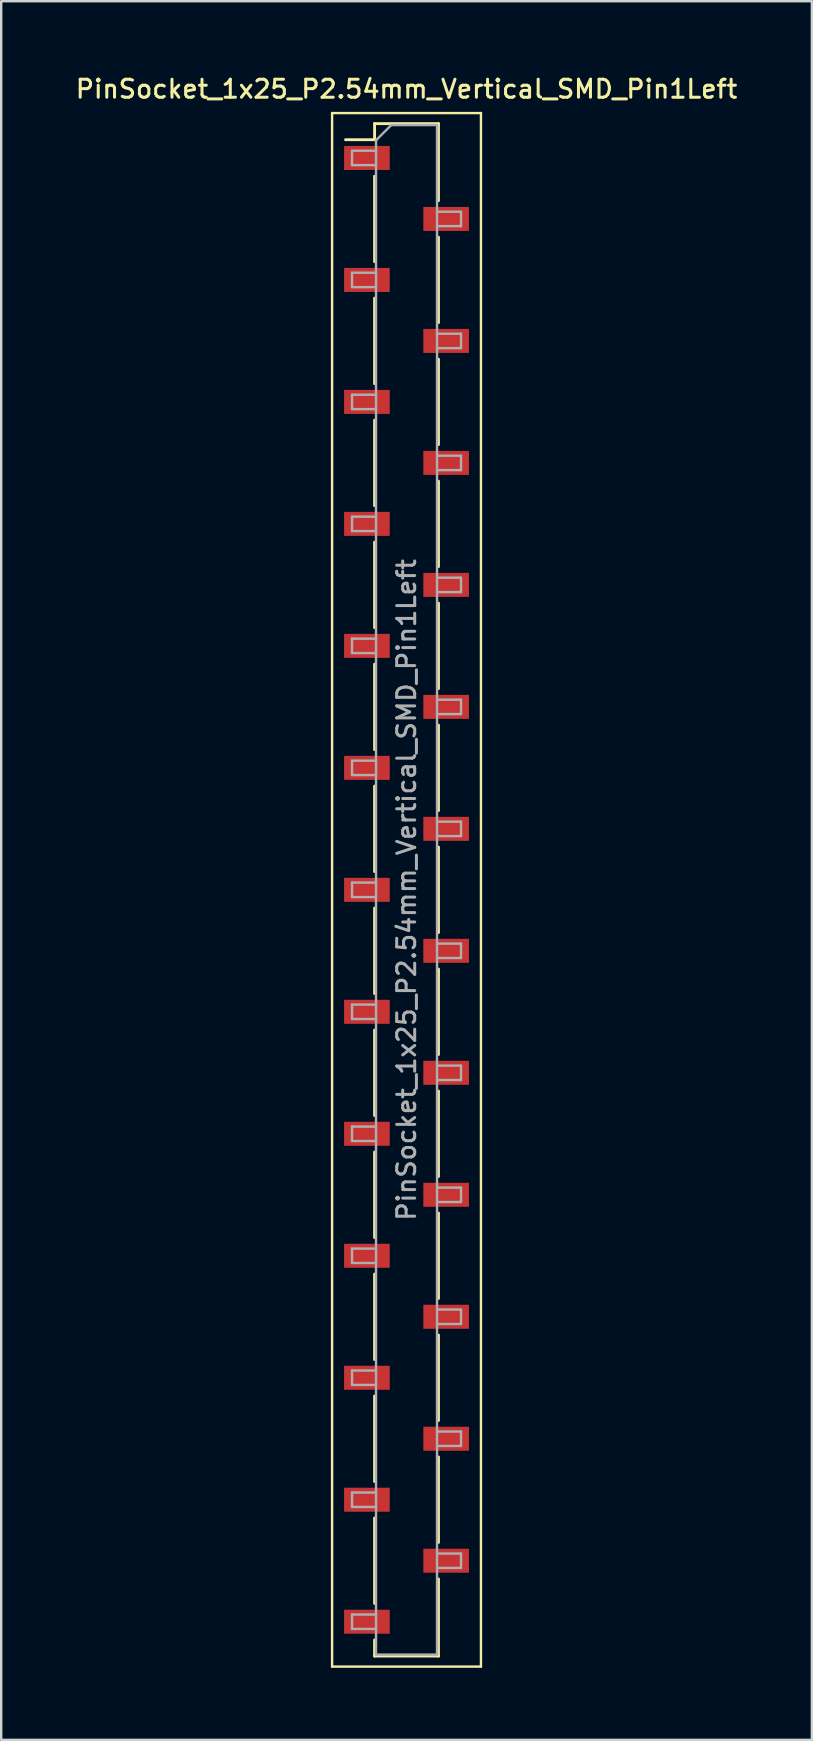
<source format=kicad_pcb>
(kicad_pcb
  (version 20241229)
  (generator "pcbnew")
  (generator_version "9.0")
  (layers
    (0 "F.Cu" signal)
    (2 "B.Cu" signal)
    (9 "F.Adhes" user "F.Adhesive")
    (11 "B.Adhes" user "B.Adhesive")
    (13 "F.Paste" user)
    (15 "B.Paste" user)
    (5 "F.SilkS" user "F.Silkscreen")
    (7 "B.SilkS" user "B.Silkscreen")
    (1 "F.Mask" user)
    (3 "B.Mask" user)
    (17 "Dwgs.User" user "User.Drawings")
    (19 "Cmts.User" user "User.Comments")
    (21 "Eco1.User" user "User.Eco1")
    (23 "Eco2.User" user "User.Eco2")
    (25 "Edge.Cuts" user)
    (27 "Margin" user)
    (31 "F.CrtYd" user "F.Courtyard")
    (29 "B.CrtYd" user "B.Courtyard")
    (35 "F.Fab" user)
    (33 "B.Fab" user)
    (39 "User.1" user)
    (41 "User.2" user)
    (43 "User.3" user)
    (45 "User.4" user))
  (footprint "PinSocket_1x25_P2.54mm_Vertical_SMD_Pin1Left"
    (layer "F.Cu")
    (at 13.88 34.008)
    (property "Reference" "PinSocket_1x25_P2.54mm_Vertical_SMD_Pin1Left" (at 0 -33.35 0) (layer "F.SilkS") (effects (font (size 0.75 0.75) (thickness 0.125))))
    (attr smd)
    (fp_line (start -3.1 -32.35) (end 3.1 -32.35) (stroke (width 0.1) (type solid)) (layer "F.SilkS"))
    (fp_line (start -3.1 32.35) (end -3.1 -32.35) (stroke (width 0.1) (type solid)) (layer "F.SilkS"))
    (fp_line (start -2.54 -31.24) (end -1.33 -31.24) (stroke (width 0.12) (type solid)) (layer "F.SilkS"))
    (fp_line (start -1.33 -31.91) (end -1.33 -31.24) (stroke (width 0.12) (type solid)) (layer "F.SilkS"))
    (fp_line (start -1.33 -31.91) (end 1.33 -31.91) (stroke (width 0.12) (type solid)) (layer "F.SilkS"))
    (fp_line (start -1.33 -29.72) (end -1.33 -26.16) (stroke (width 0.12) (type solid)) (layer "F.SilkS"))
    (fp_line (start -1.33 -24.64) (end -1.33 -21.08) (stroke (width 0.12) (type solid)) (layer "F.SilkS"))
    (fp_line (start -1.33 -19.56) (end -1.33 -16) (stroke (width 0.12) (type solid)) (layer "F.SilkS"))
    (fp_line (start -1.33 -14.48) (end -1.33 -10.92) (stroke (width 0.12) (type solid)) (layer "F.SilkS"))
    (fp_line (start -1.33 -9.4) (end -1.33 -5.84) (stroke (width 0.12) (type solid)) (layer "F.SilkS"))
    (fp_line (start -1.33 -4.32) (end -1.33 -0.76) (stroke (width 0.12) (type solid)) (layer "F.SilkS"))
    (fp_line (start -1.33 0.76) (end -1.33 4.32) (stroke (width 0.12) (type solid)) (layer "F.SilkS"))
    (fp_line (start -1.33 5.84) (end -1.33 9.4) (stroke (width 0.12) (type solid)) (layer "F.SilkS"))
    (fp_line (start -1.33 10.92) (end -1.33 14.48) (stroke (width 0.12) (type solid)) (layer "F.SilkS"))
    (fp_line (start -1.33 16) (end -1.33 19.56) (stroke (width 0.12) (type solid)) (layer "F.SilkS"))
    (fp_line (start -1.33 21.08) (end -1.33 24.64) (stroke (width 0.12) (type solid)) (layer "F.SilkS"))
    (fp_line (start -1.33 26.16) (end -1.33 29.72) (stroke (width 0.12) (type solid)) (layer "F.SilkS"))
    (fp_line (start -1.33 31.24) (end -1.33 31.91) (stroke (width 0.12) (type solid)) (layer "F.SilkS"))
    (fp_line (start -1.33 31.91) (end 1.33 31.91) (stroke (width 0.12) (type solid)) (layer "F.SilkS"))
    (fp_line (start 1.33 -31.91) (end 1.33 -28.7) (stroke (width 0.12) (type solid)) (layer "F.SilkS"))
    (fp_line (start 1.33 -27.18) (end 1.33 -23.62) (stroke (width 0.12) (type solid)) (layer "F.SilkS"))
    (fp_line (start 1.33 -22.1) (end 1.33 -18.54) (stroke (width 0.12) (type solid)) (layer "F.SilkS"))
    (fp_line (start 1.33 -17.02) (end 1.33 -13.46) (stroke (width 0.12) (type solid)) (layer "F.SilkS"))
    (fp_line (start 1.33 -11.94) (end 1.33 -8.38) (stroke (width 0.12) (type solid)) (layer "F.SilkS"))
    (fp_line (start 1.33 -6.86) (end 1.33 -3.3) (stroke (width 0.12) (type solid)) (layer "F.SilkS"))
    (fp_line (start 1.33 -1.78) (end 1.33 1.78) (stroke (width 0.12) (type solid)) (layer "F.SilkS"))
    (fp_line (start 1.33 3.3) (end 1.33 6.86) (stroke (width 0.12) (type solid)) (layer "F.SilkS"))
    (fp_line (start 1.33 8.38) (end 1.33 11.94) (stroke (width 0.12) (type solid)) (layer "F.SilkS"))
    (fp_line (start 1.33 13.46) (end 1.33 17.02) (stroke (width 0.12) (type solid)) (layer "F.SilkS"))
    (fp_line (start 1.33 18.54) (end 1.33 22.1) (stroke (width 0.12) (type solid)) (layer "F.SilkS"))
    (fp_line (start 1.33 23.62) (end 1.33 27.18) (stroke (width 0.12) (type solid)) (layer "F.SilkS"))
    (fp_line (start 1.33 28.7) (end 1.33 31.91) (stroke (width 0.12) (type solid)) (layer "F.SilkS"))
    (fp_line (start 3.1 -32.35) (end 3.1 32.35) (stroke (width 0.1) (type solid)) (layer "F.SilkS"))
    (fp_line (start 3.1 32.35) (end -3.1 32.35) (stroke (width 0.1) (type solid)) (layer "F.SilkS"))
    (fp_line (start -2.27 -30.78) (end -1.27 -30.78) (stroke (width 0.1) (type solid)) (layer "F.Fab"))
    (fp_line (start -2.27 -30.18) (end -2.27 -30.78) (stroke (width 0.1) (type solid)) (layer "F.Fab"))
    (fp_line (start -2.27 -25.7) (end -1.27 -25.7) (stroke (width 0.1) (type solid)) (layer "F.Fab"))
    (fp_line (start -2.27 -25.1) (end -2.27 -25.7) (stroke (width 0.1) (type solid)) (layer "F.Fab"))
    (fp_line (start -2.27 -20.62) (end -1.27 -20.62) (stroke (width 0.1) (type solid)) (layer "F.Fab"))
    (fp_line (start -2.27 -20.02) (end -2.27 -20.62) (stroke (width 0.1) (type solid)) (layer "F.Fab"))
    (fp_line (start -2.27 -15.54) (end -1.27 -15.54) (stroke (width 0.1) (type solid)) (layer "F.Fab"))
    (fp_line (start -2.27 -14.94) (end -2.27 -15.54) (stroke (width 0.1) (type solid)) (layer "F.Fab"))
    (fp_line (start -2.27 -10.46) (end -1.27 -10.46) (stroke (width 0.1) (type solid)) (layer "F.Fab"))
    (fp_line (start -2.27 -9.86) (end -2.27 -10.46) (stroke (width 0.1) (type solid)) (layer "F.Fab"))
    (fp_line (start -2.27 -5.38) (end -1.27 -5.38) (stroke (width 0.1) (type solid)) (layer "F.Fab"))
    (fp_line (start -2.27 -4.78) (end -2.27 -5.38) (stroke (width 0.1) (type solid)) (layer "F.Fab"))
    (fp_line (start -2.27 -0.3) (end -1.27 -0.3) (stroke (width 0.1) (type solid)) (layer "F.Fab"))
    (fp_line (start -2.27 0.3) (end -2.27 -0.3) (stroke (width 0.1) (type solid)) (layer "F.Fab"))
    (fp_line (start -2.27 4.78) (end -1.27 4.78) (stroke (width 0.1) (type solid)) (layer "F.Fab"))
    (fp_line (start -2.27 5.38) (end -2.27 4.78) (stroke (width 0.1) (type solid)) (layer "F.Fab"))
    (fp_line (start -2.27 9.86) (end -1.27 9.86) (stroke (width 0.1) (type solid)) (layer "F.Fab"))
    (fp_line (start -2.27 10.46) (end -2.27 9.86) (stroke (width 0.1) (type solid)) (layer "F.Fab"))
    (fp_line (start -2.27 14.94) (end -1.27 14.94) (stroke (width 0.1) (type solid)) (layer "F.Fab"))
    (fp_line (start -2.27 15.54) (end -2.27 14.94) (stroke (width 0.1) (type solid)) (layer "F.Fab"))
    (fp_line (start -2.27 20.02) (end -1.27 20.02) (stroke (width 0.1) (type solid)) (layer "F.Fab"))
    (fp_line (start -2.27 20.62) (end -2.27 20.02) (stroke (width 0.1) (type solid)) (layer "F.Fab"))
    (fp_line (start -2.27 25.1) (end -1.27 25.1) (stroke (width 0.1) (type solid)) (layer "F.Fab"))
    (fp_line (start -2.27 25.7) (end -2.27 25.1) (stroke (width 0.1) (type solid)) (layer "F.Fab"))
    (fp_line (start -2.27 30.18) (end -1.27 30.18) (stroke (width 0.1) (type solid)) (layer "F.Fab"))
    (fp_line (start -2.27 30.78) (end -2.27 30.18) (stroke (width 0.1) (type solid)) (layer "F.Fab"))
    (fp_line (start -1.27 -31.215) (end -0.635 -31.85) (stroke (width 0.1) (type solid)) (layer "F.Fab"))
    (fp_line (start -1.27 -30.18) (end -2.27 -30.18) (stroke (width 0.1) (type solid)) (layer "F.Fab"))
    (fp_line (start -1.27 -25.1) (end -2.27 -25.1) (stroke (width 0.1) (type solid)) (layer "F.Fab"))
    (fp_line (start -1.27 -20.02) (end -2.27 -20.02) (stroke (width 0.1) (type solid)) (layer "F.Fab"))
    (fp_line (start -1.27 -14.94) (end -2.27 -14.94) (stroke (width 0.1) (type solid)) (layer "F.Fab"))
    (fp_line (start -1.27 -9.86) (end -2.27 -9.86) (stroke (width 0.1) (type solid)) (layer "F.Fab"))
    (fp_line (start -1.27 -4.78) (end -2.27 -4.78) (stroke (width 0.1) (type solid)) (layer "F.Fab"))
    (fp_line (start -1.27 0.3) (end -2.27 0.3) (stroke (width 0.1) (type solid)) (layer "F.Fab"))
    (fp_line (start -1.27 5.38) (end -2.27 5.38) (stroke (width 0.1) (type solid)) (layer "F.Fab"))
    (fp_line (start -1.27 10.46) (end -2.27 10.46) (stroke (width 0.1) (type solid)) (layer "F.Fab"))
    (fp_line (start -1.27 15.54) (end -2.27 15.54) (stroke (width 0.1) (type solid)) (layer "F.Fab"))
    (fp_line (start -1.27 20.62) (end -2.27 20.62) (stroke (width 0.1) (type solid)) (layer "F.Fab"))
    (fp_line (start -1.27 25.7) (end -2.27 25.7) (stroke (width 0.1) (type solid)) (layer "F.Fab"))
    (fp_line (start -1.27 30.78) (end -2.27 30.78) (stroke (width 0.1) (type solid)) (layer "F.Fab"))
    (fp_line (start -1.27 31.85) (end -1.27 -31.215) (stroke (width 0.1) (type solid)) (layer "F.Fab"))
    (fp_line (start -0.635 -31.85) (end 1.27 -31.85) (stroke (width 0.1) (type solid)) (layer "F.Fab"))
    (fp_line (start 1.27 -31.85) (end 1.27 31.85) (stroke (width 0.1) (type solid)) (layer "F.Fab"))
    (fp_line (start 1.27 -28.24) (end 2.27 -28.24) (stroke (width 0.1) (type solid)) (layer "F.Fab"))
    (fp_line (start 1.27 -23.16) (end 2.27 -23.16) (stroke (width 0.1) (type solid)) (layer "F.Fab"))
    (fp_line (start 1.27 -18.08) (end 2.27 -18.08) (stroke (width 0.1) (type solid)) (layer "F.Fab"))
    (fp_line (start 1.27 -13) (end 2.27 -13) (stroke (width 0.1) (type solid)) (layer "F.Fab"))
    (fp_line (start 1.27 -7.92) (end 2.27 -7.92) (stroke (width 0.1) (type solid)) (layer "F.Fab"))
    (fp_line (start 1.27 -2.84) (end 2.27 -2.84) (stroke (width 0.1) (type solid)) (layer "F.Fab"))
    (fp_line (start 1.27 2.24) (end 2.27 2.24) (stroke (width 0.1) (type solid)) (layer "F.Fab"))
    (fp_line (start 1.27 7.32) (end 2.27 7.32) (stroke (width 0.1) (type solid)) (layer "F.Fab"))
    (fp_line (start 1.27 12.4) (end 2.27 12.4) (stroke (width 0.1) (type solid)) (layer "F.Fab"))
    (fp_line (start 1.27 17.48) (end 2.27 17.48) (stroke (width 0.1) (type solid)) (layer "F.Fab"))
    (fp_line (start 1.27 22.56) (end 2.27 22.56) (stroke (width 0.1) (type solid)) (layer "F.Fab"))
    (fp_line (start 1.27 27.64) (end 2.27 27.64) (stroke (width 0.1) (type solid)) (layer "F.Fab"))
    (fp_line (start 1.27 31.85) (end -1.27 31.85) (stroke (width 0.1) (type solid)) (layer "F.Fab"))
    (fp_line (start 2.27 -28.24) (end 2.27 -27.64) (stroke (width 0.1) (type solid)) (layer "F.Fab"))
    (fp_line (start 2.27 -27.64) (end 1.27 -27.64) (stroke (width 0.1) (type solid)) (layer "F.Fab"))
    (fp_line (start 2.27 -23.16) (end 2.27 -22.56) (stroke (width 0.1) (type solid)) (layer "F.Fab"))
    (fp_line (start 2.27 -22.56) (end 1.27 -22.56) (stroke (width 0.1) (type solid)) (layer "F.Fab"))
    (fp_line (start 2.27 -18.08) (end 2.27 -17.48) (stroke (width 0.1) (type solid)) (layer "F.Fab"))
    (fp_line (start 2.27 -17.48) (end 1.27 -17.48) (stroke (width 0.1) (type solid)) (layer "F.Fab"))
    (fp_line (start 2.27 -13) (end 2.27 -12.4) (stroke (width 0.1) (type solid)) (layer "F.Fab"))
    (fp_line (start 2.27 -12.4) (end 1.27 -12.4) (stroke (width 0.1) (type solid)) (layer "F.Fab"))
    (fp_line (start 2.27 -7.92) (end 2.27 -7.32) (stroke (width 0.1) (type solid)) (layer "F.Fab"))
    (fp_line (start 2.27 -7.32) (end 1.27 -7.32) (stroke (width 0.1) (type solid)) (layer "F.Fab"))
    (fp_line (start 2.27 -2.84) (end 2.27 -2.24) (stroke (width 0.1) (type solid)) (layer "F.Fab"))
    (fp_line (start 2.27 -2.24) (end 1.27 -2.24) (stroke (width 0.1) (type solid)) (layer "F.Fab"))
    (fp_line (start 2.27 2.24) (end 2.27 2.84) (stroke (width 0.1) (type solid)) (layer "F.Fab"))
    (fp_line (start 2.27 2.84) (end 1.27 2.84) (stroke (width 0.1) (type solid)) (layer "F.Fab"))
    (fp_line (start 2.27 7.32) (end 2.27 7.92) (stroke (width 0.1) (type solid)) (layer "F.Fab"))
    (fp_line (start 2.27 7.92) (end 1.27 7.92) (stroke (width 0.1) (type solid)) (layer "F.Fab"))
    (fp_line (start 2.27 12.4) (end 2.27 13) (stroke (width 0.1) (type solid)) (layer "F.Fab"))
    (fp_line (start 2.27 13) (end 1.27 13) (stroke (width 0.1) (type solid)) (layer "F.Fab"))
    (fp_line (start 2.27 17.48) (end 2.27 18.08) (stroke (width 0.1) (type solid)) (layer "F.Fab"))
    (fp_line (start 2.27 18.08) (end 1.27 18.08) (stroke (width 0.1) (type solid)) (layer "F.Fab"))
    (fp_line (start 2.27 22.56) (end 2.27 23.16) (stroke (width 0.1) (type solid)) (layer "F.Fab"))
    (fp_line (start 2.27 23.16) (end 1.27 23.16) (stroke (width 0.1) (type solid)) (layer "F.Fab"))
    (fp_line (start 2.27 27.64) (end 2.27 28.24) (stroke (width 0.1) (type solid)) (layer "F.Fab"))
    (fp_line (start 2.27 28.24) (end 1.27 28.24) (stroke (width 0.1) (type solid)) (layer "F.Fab"))
    (fp_text user "${REFERENCE}" (at 0 0 90) (layer "F.Fab") (effects (font (size 0.75 0.75) (thickness 0.125))))
    (pad "1" smd rect (at -1.65 -30.48) (size 1.9 1) (layers "F.Cu" "F.Mask" "F.Paste"))
    (pad "2" smd rect (at 1.65 -27.94) (size 1.9 1) (layers "F.Cu" "F.Mask" "F.Paste"))
    (pad "3" smd rect (at -1.65 -25.4) (size 1.9 1) (layers "F.Cu" "F.Mask" "F.Paste"))
    (pad "4" smd rect (at 1.65 -22.86) (size 1.9 1) (layers "F.Cu" "F.Mask" "F.Paste"))
    (pad "5" smd rect (at -1.65 -20.32) (size 1.9 1) (layers "F.Cu" "F.Mask" "F.Paste"))
    (pad "6" smd rect (at 1.65 -17.78) (size 1.9 1) (layers "F.Cu" "F.Mask" "F.Paste"))
    (pad "7" smd rect (at -1.65 -15.24) (size 1.9 1) (layers "F.Cu" "F.Mask" "F.Paste"))
    (pad "8" smd rect (at 1.65 -12.7) (size 1.9 1) (layers "F.Cu" "F.Mask" "F.Paste"))
    (pad "9" smd rect (at -1.65 -10.16) (size 1.9 1) (layers "F.Cu" "F.Mask" "F.Paste"))
    (pad "10" smd rect (at 1.65 -7.62) (size 1.9 1) (layers "F.Cu" "F.Mask" "F.Paste"))
    (pad "11" smd rect (at -1.65 -5.08) (size 1.9 1) (layers "F.Cu" "F.Mask" "F.Paste"))
    (pad "12" smd rect (at 1.65 -2.54) (size 1.9 1) (layers "F.Cu" "F.Mask" "F.Paste"))
    (pad "13" smd rect (at -1.65 0) (size 1.9 1) (layers "F.Cu" "F.Mask" "F.Paste"))
    (pad "14" smd rect (at 1.65 2.54) (size 1.9 1) (layers "F.Cu" "F.Mask" "F.Paste"))
    (pad "15" smd rect (at -1.65 5.08) (size 1.9 1) (layers "F.Cu" "F.Mask" "F.Paste"))
    (pad "16" smd rect (at 1.65 7.62) (size 1.9 1) (layers "F.Cu" "F.Mask" "F.Paste"))
    (pad "17" smd rect (at -1.65 10.16) (size 1.9 1) (layers "F.Cu" "F.Mask" "F.Paste"))
    (pad "18" smd rect (at 1.65 12.7) (size 1.9 1) (layers "F.Cu" "F.Mask" "F.Paste"))
    (pad "19" smd rect (at -1.65 15.24) (size 1.9 1) (layers "F.Cu" "F.Mask" "F.Paste"))
    (pad "20" smd rect (at 1.65 17.78) (size 1.9 1) (layers "F.Cu" "F.Mask" "F.Paste"))
    (pad "21" smd rect (at -1.65 20.32) (size 1.9 1) (layers "F.Cu" "F.Mask" "F.Paste"))
    (pad "22" smd rect (at 1.65 22.86) (size 1.9 1) (layers "F.Cu" "F.Mask" "F.Paste"))
    (pad "23" smd rect (at -1.65 25.4) (size 1.9 1) (layers "F.Cu" "F.Mask" "F.Paste"))
    (pad "24" smd rect (at 1.65 27.94) (size 1.9 1) (layers "F.Cu" "F.Mask" "F.Paste"))
    (pad "25" smd rect (at -1.65 30.48) (size 1.9 1) (layers "F.Cu" "F.Mask" "F.Paste")))
  (gr_rect
    (start -3 -3)
    (end 30.761 69.408)
    (stroke (width 0.1) (type default))
    (fill no)
    (layer "Edge.Cuts")))
</source>
